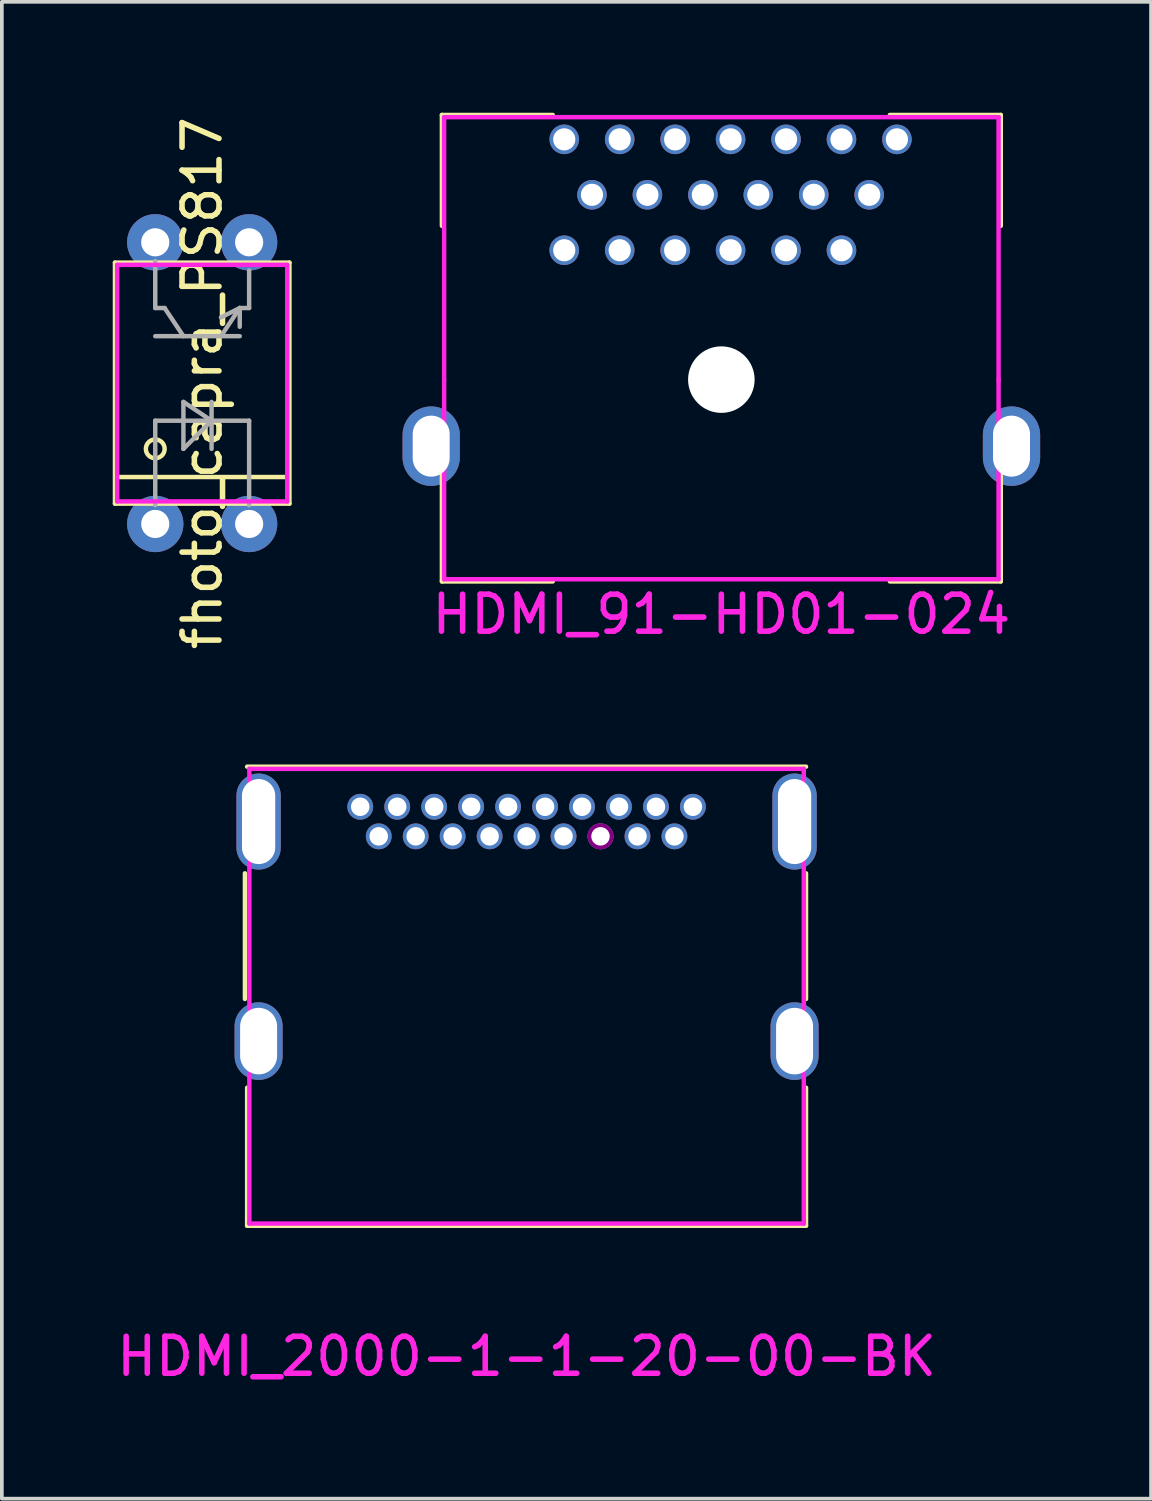
<source format=kicad_pcb>
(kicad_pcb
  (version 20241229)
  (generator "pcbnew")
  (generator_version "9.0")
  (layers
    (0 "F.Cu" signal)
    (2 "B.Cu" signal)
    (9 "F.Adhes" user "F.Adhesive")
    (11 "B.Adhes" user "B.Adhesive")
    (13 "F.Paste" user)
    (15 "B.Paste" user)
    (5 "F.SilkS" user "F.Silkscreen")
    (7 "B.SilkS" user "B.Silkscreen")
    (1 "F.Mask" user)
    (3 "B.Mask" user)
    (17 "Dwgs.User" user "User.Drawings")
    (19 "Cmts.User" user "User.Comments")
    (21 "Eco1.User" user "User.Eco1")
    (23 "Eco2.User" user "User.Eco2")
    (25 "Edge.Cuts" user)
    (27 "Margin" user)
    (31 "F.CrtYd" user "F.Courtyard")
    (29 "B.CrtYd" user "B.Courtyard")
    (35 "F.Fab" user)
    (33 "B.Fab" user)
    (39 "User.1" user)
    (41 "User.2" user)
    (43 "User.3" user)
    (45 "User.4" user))
  (footprint "fhoto_capra_PS817"
    (layer "F.Cu")
    (at 1.15 11.125)
    (property "Reference" "fhoto_capra_PS817" (at 1.27 -3.81 90) (layer "F.SilkS") (effects (font (size 1 1) (thickness 0.15))))
    (attr through_hole)
    (fp_line (start -1.09 -7.07) (end -1.09 -0.55) (stroke (width 0.12) (type solid)) (layer "F.SilkS"))
    (fp_line (start -1.09 -7.07) (end 3.63 -7.07) (stroke (width 0.12) (type solid)) (layer "F.SilkS"))
    (fp_line (start -1.09 -0.55) (end 3.63 -0.55) (stroke (width 0.12) (type solid)) (layer "F.SilkS"))
    (fp_line (start -1.016 -1.27) (end 3.556 -1.27) (stroke (width 0.12) (type solid)) (layer "F.SilkS"))
    (fp_line (start 3.63 -7.07) (end 3.63 -0.55) (stroke (width 0.12) (type solid)) (layer "F.SilkS"))
    (fp_circle (center 0 -2.032) (end 0 -2.286) (stroke (width 0.12) (type solid)) (fill no) (layer "F.SilkS"))
    (fp_line (start -1.03 -7.01) (end -1.03 -0.61) (stroke (width 0.12) (type solid)) (layer "F.CrtYd"))
    (fp_line (start -1.03 -7.01) (end 3.57 -7.01) (stroke (width 0.12) (type solid)) (layer "F.CrtYd"))
    (fp_line (start -1.03 -0.61) (end 3.57 -0.61) (stroke (width 0.12) (type solid)) (layer "F.CrtYd"))
    (fp_line (start 3.57 -7.01) (end 3.57 -0.61) (stroke (width 0.12) (type solid)) (layer "F.CrtYd"))
    (fp_line (start 0 -7.112) (end 0 -5.842) (stroke (width 0.12) (type solid)) (layer "F.Fab"))
    (fp_line (start 0 -5.842) (end 0.254 -5.842) (stroke (width 0.12) (type solid)) (layer "F.Fab"))
    (fp_line (start 0 -5.08) (end 2.286 -5.08) (stroke (width 0.12) (type solid)) (layer "F.Fab"))
    (fp_line (start 0 -2.794) (end 2.54 -2.794) (stroke (width 0.12) (type solid)) (layer "F.Fab"))
    (fp_line (start 0 -0.508) (end 0 -2.794) (stroke (width 0.12) (type solid)) (layer "F.Fab"))
    (fp_line (start 0.254 -5.842) (end 0.762 -5.08) (stroke (width 0.12) (type solid)) (layer "F.Fab"))
    (fp_line (start 0.762 -3.302) (end 1.524 -2.794) (stroke (width 0.12) (type solid)) (layer "F.Fab"))
    (fp_line (start 0.762 -2.032) (end 0.762 -3.302) (stroke (width 0.12) (type solid)) (layer "F.Fab"))
    (fp_line (start 1.524 -3.302) (end 1.524 -2.032) (stroke (width 0.12) (type solid)) (layer "F.Fab"))
    (fp_line (start 1.524 -2.794) (end 0.762 -2.032) (stroke (width 0.12) (type solid)) (layer "F.Fab"))
    (fp_line (start 2.286 -5.842) (end 1.778 -5.588) (stroke (width 0.12) (type solid)) (layer "F.Fab"))
    (fp_line (start 2.286 -5.842) (end 1.778 -5.08) (stroke (width 0.12) (type solid)) (layer "F.Fab"))
    (fp_line (start 2.286 -5.842) (end 2.286 -5.334) (stroke (width 0.12) (type solid)) (layer "F.Fab"))
    (fp_line (start 2.54 -6.858) (end 2.54 -5.842) (stroke (width 0.12) (type solid)) (layer "F.Fab"))
    (fp_line (start 2.54 -5.842) (end 2.286 -5.842) (stroke (width 0.12) (type solid)) (layer "F.Fab"))
    (fp_line (start 2.54 -2.794) (end 2.54 -0.508) (stroke (width 0.12) (type solid)) (layer "F.Fab"))
    (pad "1" thru_hole circle (at 0 0) (size 1.524 1.524) (drill 0.762) (layers "*.Cu" "*.Mask"))
    (pad "2" thru_hole circle (at 2.54 0) (size 1.524 1.524) (drill 0.762) (layers "*.Cu" "*.Mask"))
    (pad "3" thru_hole circle (at 0 -7.62) (size 1.524 1.524) (drill 0.762) (layers "*.Cu" "*.Mask"))
    (pad "4" thru_hole circle (at 2.54 -7.62) (size 1.524 1.524) (drill 0.762) (layers "*.Cu" "*.Mask")))
  (footprint "HDMI_2000-1-1-20-00-BK"
    (layer "F.Cu")
    (at 11.196 19.176)
    (property "Reference" "HDMI_2000-1-1-20-00-BK" (at 0 14.47 0) (layer "F.CrtYd") (effects (font (size 1 1) (thickness 0.15))))
    (attr through_hole)
    (fp_line (start -7.62 1.4) (end -7.62 4.8) (stroke (width 0.12) (type solid)) (layer "F.SilkS"))
    (fp_line (start -7.56 -1.485) (end 7.56 -1.485) (stroke (width 0.12) (type solid)) (layer "F.SilkS"))
    (fp_line (start -7.56 7.2) (end -7.56 10.935) (stroke (width 0.12) (type solid)) (layer "F.SilkS"))
    (fp_line (start -7.56 10.935) (end 7.56 10.935) (stroke (width 0.12) (type solid)) (layer "F.SilkS"))
    (fp_line (start 7.56 1.4) (end 7.56 4.8) (stroke (width 0.12) (type solid)) (layer "F.SilkS"))
    (fp_line (start 7.56 7.2) (end 7.56 10.935) (stroke (width 0.12) (type solid)) (layer "F.SilkS"))
    (fp_line (start -7.5 -1.425) (end -7.5 10.875) (stroke (width 0.12) (type solid)) (layer "F.CrtYd"))
    (fp_line (start -7.5 -1.425) (end 7.5 -1.425) (stroke (width 0.12) (type solid)) (layer "F.CrtYd"))
    (fp_line (start -7.5 10.875) (end 7.5 10.875) (stroke (width 0.12) (type solid)) (layer "F.CrtYd"))
    (fp_line (start 7.5 -1.425) (end 7.5 10.875) (stroke (width 0.12) (type solid)) (layer "F.CrtYd"))
    (pad "" thru_hole oval (at -7.25 0) (size 1.2 2.6) (drill oval 0.9 2.3) (layers "*.Cu" "*.Mask"))
    (pad "" thru_hole oval (at -7.25 5.94) (size 1.3 2.1) (drill oval 1 1.8) (layers "*.Cu" "*.Mask"))
    (pad "" thru_hole oval (at 7.25 0) (size 1.2 2.6) (drill oval 0.9 2.3) (layers "*.Cu" "*.Mask"))
    (pad "" thru_hole oval (at 7.25 5.94) (size 1.3 2.1) (drill oval 1 1.8) (layers "*.Cu" "*.Mask"))
    (pad "1" thru_hole circle (at 4.5 -0.4) (size 0.7 0.7) (drill 0.5) (layers "*.Cu" "*.Mask"))
    (pad "2" thru_hole circle (at 4 0.4) (size 0.7 0.7) (drill 0.5) (layers "*.Cu" "*.Mask"))
    (pad "3" thru_hole circle (at 3.5 -0.4) (size 0.7 0.7) (drill 0.5) (layers "*.Cu" "*.Mask"))
    (pad "4" thru_hole circle (at 3 0.4) (size 0.7 0.7) (drill 0.5) (layers "*.Cu" "*.Mask"))
    (pad "5" thru_hole circle (at 2.5 -0.4) (size 0.7 0.7) (drill 0.5) (layers "*.Cu" "*.Mask"))
    (pad "6" thru_hole circle (at 2 0.4) (size 0.7 0.7) (drill 0.5) (layers "*.Cu" "*.Mask" "F.Adhes"))
    (pad "7" thru_hole circle (at 1.5 -0.4) (size 0.7 0.7) (drill 0.5) (layers "*.Cu" "*.Mask"))
    (pad "8" thru_hole circle (at 1 0.4) (size 0.7 0.7) (drill 0.5) (layers "*.Cu" "*.Mask"))
    (pad "9" thru_hole circle (at 0.5 -0.4) (size 0.7 0.7) (drill 0.5) (layers "*.Cu" "*.Mask"))
    (pad "10" thru_hole circle (at 0 0.4) (size 0.7 0.7) (drill 0.5) (layers "*.Cu" "*.Mask"))
    (pad "11" thru_hole circle (at -0.5 -0.4) (size 0.7 0.7) (drill 0.5) (layers "*.Cu" "*.Mask"))
    (pad "12" thru_hole circle (at -1 0.4) (size 0.7 0.7) (drill 0.5) (layers "*.Cu" "*.Mask"))
    (pad "13" thru_hole circle (at -1.5 -0.4) (size 0.7 0.7) (drill 0.5) (layers "*.Cu" "*.Mask"))
    (pad "14" thru_hole circle (at -2 0.4) (size 0.7 0.7) (drill 0.5) (layers "*.Cu" "*.Mask"))
    (pad "15" thru_hole circle (at -2.5 -0.4) (size 0.7 0.7) (drill 0.5) (layers "*.Cu" "*.Mask"))
    (pad "16" thru_hole circle (at -3 0.4) (size 0.7 0.7) (drill 0.5) (layers "*.Cu" "*.Mask"))
    (pad "17" thru_hole circle (at -3.5 -0.4) (size 0.7 0.7) (drill 0.5) (layers "*.Cu" "*.Mask"))
    (pad "18" thru_hole circle (at -4 0.4) (size 0.7 0.7) (drill 0.5) (layers "*.Cu" "*.Mask"))
    (pad "19" thru_hole circle (at -4.5 -0.4) (size 0.7 0.7) (drill 0.5) (layers "*.Cu" "*.Mask")))
  (footprint "HDMI_91-HD01-024"
    (layer "F.Cu")
    (at 16.465 7.22)
    (property "Reference" "HDMI_91-HD01-024" (at 0 6.35 0) (layer "F.CrtYd") (effects (font (size 1 1) (thickness 0.15))))
    (attr smd)
    (fp_line (start -7.56 -7.16) (end -7.56 -4.16) (stroke (width 0.12) (type solid)) (layer "F.SilkS"))
    (fp_line (start -7.56 2.46) (end -7.56 5.46) (stroke (width 0.12) (type solid)) (layer "F.SilkS"))
    (fp_line (start -7.56 5.46) (end -4.56 5.46) (stroke (width 0.12) (type solid)) (layer "F.SilkS"))
    (fp_line (start -4.56 -7.16) (end -7.56 -7.16) (stroke (width 0.12) (type solid)) (layer "F.SilkS"))
    (fp_line (start 4.56 -7.16) (end 7.56 -7.16) (stroke (width 0.12) (type solid)) (layer "F.SilkS"))
    (fp_line (start 7.56 -7.16) (end 7.56 -4.16) (stroke (width 0.12) (type solid)) (layer "F.SilkS"))
    (fp_line (start 7.56 2.46) (end 7.56 5.46) (stroke (width 0.12) (type solid)) (layer "F.SilkS"))
    (fp_line (start 7.56 5.46) (end 4.56 5.46) (stroke (width 0.12) (type solid)) (layer "F.SilkS"))
    (fp_line (start -7.5 -7.1) (end -7.5 0) (stroke (width 0.12) (type solid)) (layer "F.CrtYd"))
    (fp_line (start -7.5 -7.1) (end 7.5 -7.1) (stroke (width 0.12) (type solid)) (layer "F.CrtYd"))
    (fp_line (start -7.5 0) (end -7.5 5.4) (stroke (width 0.12) (type solid)) (layer "F.CrtYd"))
    (fp_line (start -7.5 5.4) (end 7.5 5.4) (stroke (width 0.12) (type solid)) (layer "F.CrtYd"))
    (fp_line (start 7.5 -7.1) (end 7.5 0) (stroke (width 0.12) (type solid)) (layer "F.CrtYd"))
    (fp_line (start 7.5 5.4) (end 7.5 0) (stroke (width 0.12) (type solid)) (layer "F.CrtYd"))
    (pad "" np_thru_hole circle (at 0 0) (size 1.8 1.8) (drill 1.8) (layers "*.Cu" "*.Mask"))
    (pad "1" thru_hole circle (at 4.75 -6.5) (size 0.8 0.8) (drill 0.6) (layers "*.Cu" "*.Mask"))
    (pad "2" thru_hole circle (at 4 -5) (size 0.8 0.8) (drill 0.6) (layers "*.Cu" "*.Mask"))
    (pad "3" thru_hole circle (at 3.25 -6.5) (size 0.8 0.8) (drill 0.6) (layers "*.Cu" "*.Mask"))
    (pad "4" thru_hole circle (at 3.25 -3.5) (size 0.8 0.8) (drill 0.6) (layers "*.Cu" "*.Mask"))
    (pad "5" thru_hole circle (at 1.75 -3.5) (size 0.8 0.8) (drill 0.6) (layers "*.Cu" "*.Mask"))
    (pad "6" thru_hole circle (at 2.5 -5) (size 0.8 0.8) (drill 0.6) (layers "*.Cu" "*.Mask"))
    (pad "7" thru_hole circle (at 1.75 -6.5) (size 0.8 0.8) (drill 0.6) (layers "*.Cu" "*.Mask"))
    (pad "8" thru_hole circle (at 1 -5) (size 0.8 0.8) (drill 0.6) (layers "*.Cu" "*.Mask"))
    (pad "9" thru_hole circle (at 0.25 -6.5) (size 0.8 0.8) (drill 0.6) (layers "*.Cu" "*.Mask"))
    (pad "10" thru_hole circle (at 0.25 -3.5) (size 0.8 0.8) (drill 0.6) (layers "*.Cu" "*.Mask"))
    (pad "11" thru_hole circle (at -0.5 -5) (size 0.8 0.8) (drill 0.6) (layers "*.Cu" "*.Mask"))
    (pad "12" thru_hole circle (at -1.25 -3.5) (size 0.8 0.8) (drill 0.6) (layers "*.Cu" "*.Mask"))
    (pad "13" thru_hole circle (at -1.25 -6.5) (size 0.8 0.8) (drill 0.6) (layers "*.Cu" "*.Mask"))
    (pad "14" thru_hole circle (at -2 -5) (size 0.8 0.8) (drill 0.6) (layers "*.Cu" "*.Mask"))
    (pad "15" thru_hole circle (at -2.75 -6.5) (size 0.8 0.8) (drill 0.6) (layers "*.Cu" "*.Mask"))
    (pad "16" thru_hole circle (at -2.75 -3.5) (size 0.8 0.8) (drill 0.6) (layers "*.Cu" "*.Mask"))
    (pad "17" thru_hole circle (at -3.5 -5) (size 0.8 0.8) (drill 0.6) (layers "*.Cu" "*.Mask"))
    (pad "18" thru_hole circle (at -4.25 -3.5) (size 0.8 0.8) (drill 0.6) (layers "*.Cu" "*.Mask"))
    (pad "19" thru_hole circle (at -4.25 -6.5) (size 0.8 0.8) (drill 0.6) (layers "*.Cu" "*.Mask"))
    (pad "SH" thru_hole oval (at -7.85 1.8) (size 1.55 2.15) (drill oval 1 1.65) (layers "*.Cu" "*.Mask"))
    (pad "SH" thru_hole oval (at 7.85 1.8) (size 1.55 2.15) (drill oval 1 1.65) (layers "*.Cu" "*.Mask")))
  (gr_rect
    (start -3 -3)
    (end 28.09 37.494)
    (stroke (width 0.1) (type default))
    (fill no)
    (layer "Edge.Cuts")))
</source>
